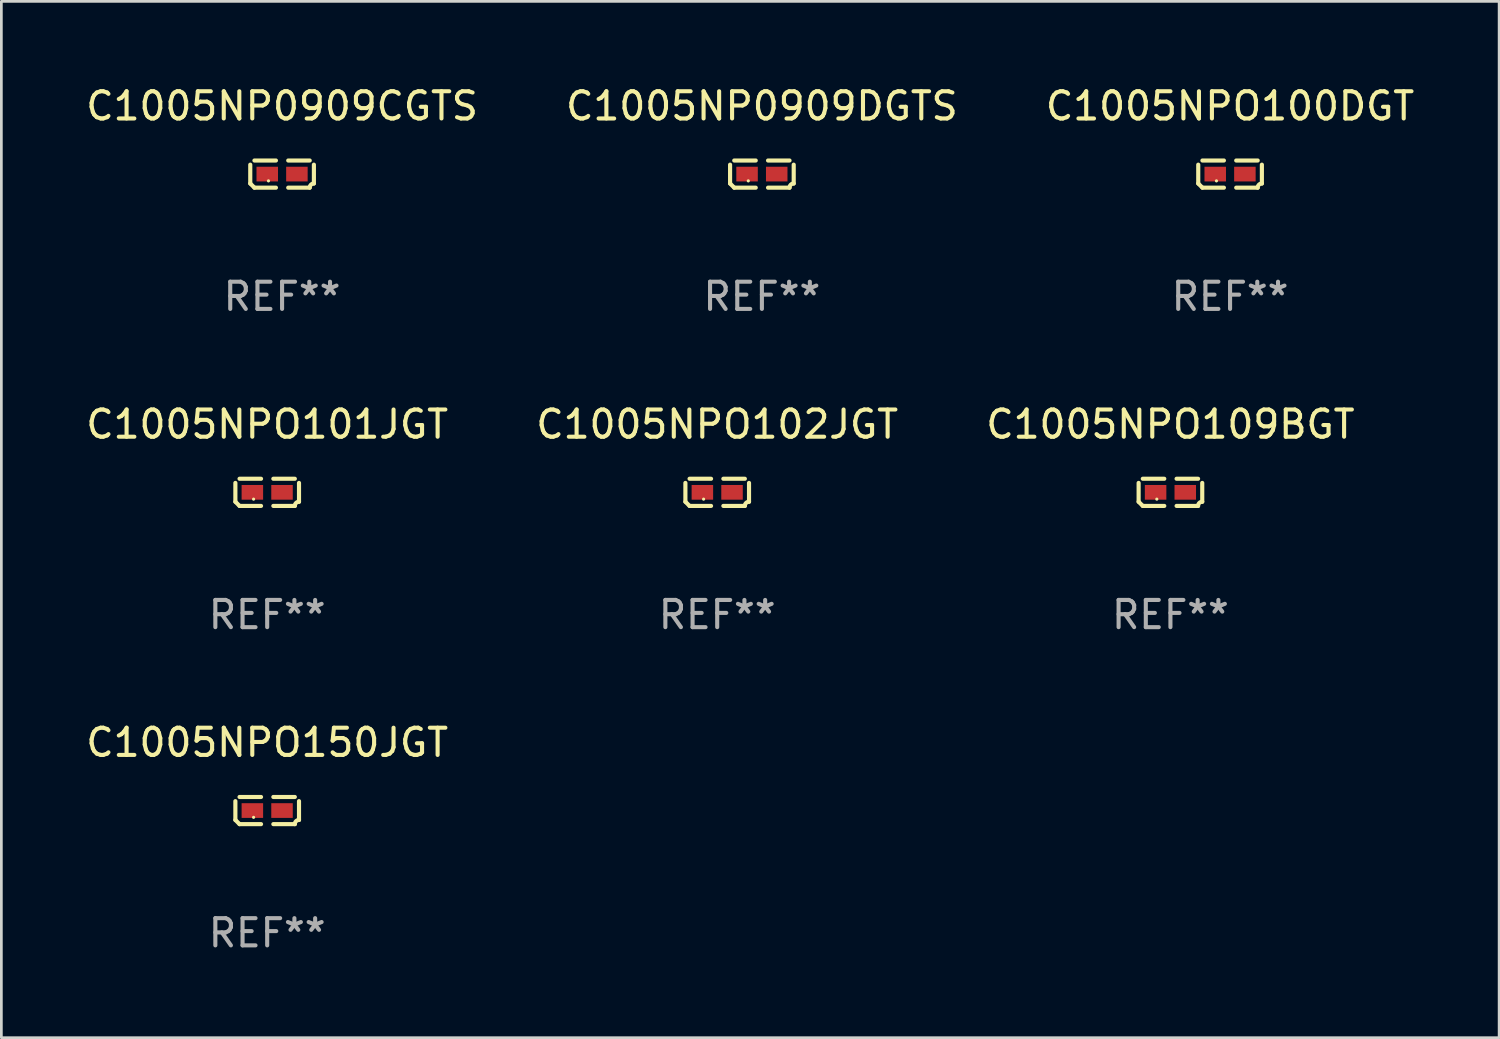
<source format=kicad_pcb>
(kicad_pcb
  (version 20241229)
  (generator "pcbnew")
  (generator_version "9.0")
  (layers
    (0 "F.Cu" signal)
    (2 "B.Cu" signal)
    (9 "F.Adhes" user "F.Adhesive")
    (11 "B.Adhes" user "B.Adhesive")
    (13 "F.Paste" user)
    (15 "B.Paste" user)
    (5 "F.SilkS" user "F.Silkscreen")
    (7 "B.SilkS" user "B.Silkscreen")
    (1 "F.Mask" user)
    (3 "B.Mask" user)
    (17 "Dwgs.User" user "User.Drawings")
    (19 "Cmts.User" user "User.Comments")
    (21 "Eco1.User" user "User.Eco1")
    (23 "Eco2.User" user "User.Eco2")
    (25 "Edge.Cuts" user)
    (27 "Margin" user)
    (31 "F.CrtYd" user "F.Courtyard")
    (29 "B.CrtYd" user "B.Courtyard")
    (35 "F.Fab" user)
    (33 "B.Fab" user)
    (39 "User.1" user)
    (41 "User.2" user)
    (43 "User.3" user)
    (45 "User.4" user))
  (footprint "C1005NPO100DGT"
    (layer "F.Cu")
    (at 42.149 3.347)
    (property "Reference" "C1005NPO100DGT" (at 0 -2.499 0) (layer "F.SilkS") (effects (font (size 1 1) (thickness 0.15))))
    (attr through_hole)
    (fp_line (start -1.169 0.346) (end -1.169 -0.346) (stroke (width 0.152) (type solid)) (layer "F.SilkS"))
    (fp_line (start -1.016 -0.499) (end -0.226 -0.499) (stroke (width 0.152) (type solid)) (layer "F.SilkS"))
    (fp_line (start -0.226 0.499) (end -1.016 0.499) (stroke (width 0.152) (type solid)) (layer "F.SilkS"))
    (fp_line (start 0.226 0.499) (end 1.016 0.499) (stroke (width 0.152) (type solid)) (layer "F.SilkS"))
    (fp_line (start 1.016 -0.499) (end 0.226 -0.499) (stroke (width 0.152) (type solid)) (layer "F.SilkS"))
    (fp_line (start 1.169 0.346) (end 1.169 -0.346) (stroke (width 0.152) (type solid)) (layer "F.SilkS"))
    (fp_arc (start -1.016307 0.498603) (mid -1.092512 0.422405) (end -1.16871 0.3462) (stroke (width 0.1524) (type solid)) (layer "F.SilkS"))
    (fp_arc (start 1.016307 0.498603) (mid 1.060899 0.390758) (end 1.168707 0.346076) (stroke (width 0.1524) (type solid)) (layer "F.SilkS"))
    (fp_circle (center -0.5 0.25) (end -0.47 0.25) (stroke (width 0.06) (type solid)) (fill no) (layer "F.SilkS"))
    (fp_text user "REF**" (at 0 4.499 0) (layer "F.Fab") (effects (font (size 1 1) (thickness 0.15))))
    (pad "1" smd rect (at -0.545 0) (size 0.79 0.54) (layers "F.Cu" "F.Mask" "F.Paste"))
    (pad "2" smd rect (at 0.545 0) (size 0.79 0.54) (layers "F.Cu" "F.Mask" "F.Paste")))
  (footprint "C1005NPO109BGT"
    (layer "F.Cu")
    (at 39.958 15.041)
    (property "Reference" "C1005NPO109BGT" (at 0 -2.499 0) (layer "F.SilkS") (effects (font (size 1 1) (thickness 0.15))))
    (attr through_hole)
    (fp_line (start -1.169 0.346) (end -1.169 -0.346) (stroke (width 0.152) (type solid)) (layer "F.SilkS"))
    (fp_line (start -1.016 -0.499) (end -0.226 -0.499) (stroke (width 0.152) (type solid)) (layer "F.SilkS"))
    (fp_line (start -0.226 0.499) (end -1.016 0.499) (stroke (width 0.152) (type solid)) (layer "F.SilkS"))
    (fp_line (start 0.226 0.499) (end 1.016 0.499) (stroke (width 0.152) (type solid)) (layer "F.SilkS"))
    (fp_line (start 1.016 -0.499) (end 0.226 -0.499) (stroke (width 0.152) (type solid)) (layer "F.SilkS"))
    (fp_line (start 1.169 0.346) (end 1.169 -0.346) (stroke (width 0.152) (type solid)) (layer "F.SilkS"))
    (fp_arc (start -1.016307 0.498603) (mid -1.092512 0.422405) (end -1.16871 0.3462) (stroke (width 0.1524) (type solid)) (layer "F.SilkS"))
    (fp_arc (start 1.016307 0.498603) (mid 1.060899 0.390758) (end 1.168707 0.346076) (stroke (width 0.1524) (type solid)) (layer "F.SilkS"))
    (fp_circle (center -0.5 0.25) (end -0.47 0.25) (stroke (width 0.06) (type solid)) (fill no) (layer "F.SilkS"))
    (fp_text user "REF**" (at 0 4.499 0) (layer "F.Fab") (effects (font (size 1 1) (thickness 0.15))))
    (pad "1" smd rect (at -0.545 0) (size 0.79 0.54) (layers "F.Cu" "F.Mask" "F.Paste"))
    (pad "2" smd rect (at 0.545 0) (size 0.79 0.54) (layers "F.Cu" "F.Mask" "F.Paste")))
  (footprint "C1005NPO102JGT"
    (layer "F.Cu")
    (at 23.304 15.041)
    (property "Reference" "C1005NPO102JGT" (at 0 -2.499 0) (layer "F.SilkS") (effects (font (size 1 1) (thickness 0.15))))
    (attr through_hole)
    (fp_line (start -1.169 0.346) (end -1.169 -0.346) (stroke (width 0.152) (type solid)) (layer "F.SilkS"))
    (fp_line (start -1.016 -0.499) (end -0.226 -0.499) (stroke (width 0.152) (type solid)) (layer "F.SilkS"))
    (fp_line (start -0.226 0.499) (end -1.016 0.499) (stroke (width 0.152) (type solid)) (layer "F.SilkS"))
    (fp_line (start 0.226 0.499) (end 1.016 0.499) (stroke (width 0.152) (type solid)) (layer "F.SilkS"))
    (fp_line (start 1.016 -0.499) (end 0.226 -0.499) (stroke (width 0.152) (type solid)) (layer "F.SilkS"))
    (fp_line (start 1.169 0.346) (end 1.169 -0.346) (stroke (width 0.152) (type solid)) (layer "F.SilkS"))
    (fp_arc (start -1.016307 0.498603) (mid -1.092512 0.422405) (end -1.16871 0.3462) (stroke (width 0.1524) (type solid)) (layer "F.SilkS"))
    (fp_arc (start 1.016307 0.498603) (mid 1.060899 0.390758) (end 1.168707 0.346076) (stroke (width 0.1524) (type solid)) (layer "F.SilkS"))
    (fp_circle (center -0.5 0.25) (end -0.47 0.25) (stroke (width 0.06) (type solid)) (fill no) (layer "F.SilkS"))
    (fp_text user "REF**" (at 0 4.499 0) (layer "F.Fab") (effects (font (size 1 1) (thickness 0.15))))
    (pad "1" smd rect (at -0.545 0) (size 0.79 0.54) (layers "F.Cu" "F.Mask" "F.Paste"))
    (pad "2" smd rect (at 0.545 0) (size 0.79 0.54) (layers "F.Cu" "F.Mask" "F.Paste")))
  (footprint "C1005NPO150JGT"
    (layer "F.Cu")
    (at 6.768 26.734)
    (property "Reference" "C1005NPO150JGT" (at 0 -2.499 0) (layer "F.SilkS") (effects (font (size 1 1) (thickness 0.15))))
    (attr through_hole)
    (fp_line (start -1.169 0.346) (end -1.169 -0.346) (stroke (width 0.152) (type solid)) (layer "F.SilkS"))
    (fp_line (start -1.016 -0.499) (end -0.226 -0.499) (stroke (width 0.152) (type solid)) (layer "F.SilkS"))
    (fp_line (start -0.226 0.499) (end -1.016 0.499) (stroke (width 0.152) (type solid)) (layer "F.SilkS"))
    (fp_line (start 0.226 0.499) (end 1.016 0.499) (stroke (width 0.152) (type solid)) (layer "F.SilkS"))
    (fp_line (start 1.016 -0.499) (end 0.226 -0.499) (stroke (width 0.152) (type solid)) (layer "F.SilkS"))
    (fp_line (start 1.169 0.346) (end 1.169 -0.346) (stroke (width 0.152) (type solid)) (layer "F.SilkS"))
    (fp_arc (start -1.016307 0.498603) (mid -1.092512 0.422405) (end -1.16871 0.3462) (stroke (width 0.1524) (type solid)) (layer "F.SilkS"))
    (fp_arc (start 1.016307 0.498603) (mid 1.060899 0.390758) (end 1.168707 0.346076) (stroke (width 0.1524) (type solid)) (layer "F.SilkS"))
    (fp_circle (center -0.5 0.25) (end -0.47 0.25) (stroke (width 0.06) (type solid)) (fill no) (layer "F.SilkS"))
    (fp_text user "REF**" (at 0 4.499 0) (layer "F.Fab") (effects (font (size 1 1) (thickness 0.15))))
    (pad "1" smd rect (at -0.545 0) (size 0.79 0.54) (layers "F.Cu" "F.Mask" "F.Paste"))
    (pad "2" smd rect (at 0.545 0) (size 0.79 0.54) (layers "F.Cu" "F.Mask" "F.Paste")))
  (footprint "C1005NPO101JGT"
    (layer "F.Cu")
    (at 6.768 15.041)
    (property "Reference" "C1005NPO101JGT" (at 0 -2.499 0) (layer "F.SilkS") (effects (font (size 1 1) (thickness 0.15))))
    (attr through_hole)
    (fp_line (start -1.169 0.346) (end -1.169 -0.346) (stroke (width 0.152) (type solid)) (layer "F.SilkS"))
    (fp_line (start -1.016 -0.499) (end -0.226 -0.499) (stroke (width 0.152) (type solid)) (layer "F.SilkS"))
    (fp_line (start -0.226 0.499) (end -1.016 0.499) (stroke (width 0.152) (type solid)) (layer "F.SilkS"))
    (fp_line (start 0.226 0.499) (end 1.016 0.499) (stroke (width 0.152) (type solid)) (layer "F.SilkS"))
    (fp_line (start 1.016 -0.499) (end 0.226 -0.499) (stroke (width 0.152) (type solid)) (layer "F.SilkS"))
    (fp_line (start 1.169 0.346) (end 1.169 -0.346) (stroke (width 0.152) (type solid)) (layer "F.SilkS"))
    (fp_arc (start -1.016307 0.498603) (mid -1.092512 0.422405) (end -1.16871 0.3462) (stroke (width 0.1524) (type solid)) (layer "F.SilkS"))
    (fp_arc (start 1.016307 0.498603) (mid 1.060899 0.390758) (end 1.168707 0.346076) (stroke (width 0.1524) (type solid)) (layer "F.SilkS"))
    (fp_circle (center -0.5 0.25) (end -0.47 0.25) (stroke (width 0.06) (type solid)) (fill no) (layer "F.SilkS"))
    (fp_text user "REF**" (at 0 4.499 0) (layer "F.Fab") (effects (font (size 1 1) (thickness 0.15))))
    (pad "1" smd rect (at -0.545 0) (size 0.79 0.54) (layers "F.Cu" "F.Mask" "F.Paste"))
    (pad "2" smd rect (at 0.545 0) (size 0.79 0.54) (layers "F.Cu" "F.Mask" "F.Paste")))
  (footprint "C1005NP0909CGTS"
    (layer "F.Cu")
    (at 7.315 3.347)
    (property "Reference" "C1005NP0909CGTS" (at 0 -2.499 0) (layer "F.SilkS") (effects (font (size 1 1) (thickness 0.15))))
    (attr through_hole)
    (fp_line (start -1.169 0.346) (end -1.169 -0.346) (stroke (width 0.152) (type solid)) (layer "F.SilkS"))
    (fp_line (start -1.016 -0.499) (end -0.226 -0.499) (stroke (width 0.152) (type solid)) (layer "F.SilkS"))
    (fp_line (start -0.226 0.499) (end -1.016 0.499) (stroke (width 0.152) (type solid)) (layer "F.SilkS"))
    (fp_line (start 0.226 0.499) (end 1.016 0.499) (stroke (width 0.152) (type solid)) (layer "F.SilkS"))
    (fp_line (start 1.016 -0.499) (end 0.226 -0.499) (stroke (width 0.152) (type solid)) (layer "F.SilkS"))
    (fp_line (start 1.169 0.346) (end 1.169 -0.346) (stroke (width 0.152) (type solid)) (layer "F.SilkS"))
    (fp_arc (start -1.016307 0.498603) (mid -1.092512 0.422405) (end -1.16871 0.3462) (stroke (width 0.1524) (type solid)) (layer "F.SilkS"))
    (fp_arc (start 1.016307 0.498603) (mid 1.060899 0.390758) (end 1.168707 0.346076) (stroke (width 0.1524) (type solid)) (layer "F.SilkS"))
    (fp_circle (center -0.5 0.25) (end -0.47 0.25) (stroke (width 0.06) (type solid)) (fill no) (layer "F.SilkS"))
    (fp_text user "REF**" (at 0 4.499 0) (layer "F.Fab") (effects (font (size 1 1) (thickness 0.15))))
    (pad "1" smd rect (at -0.545 0) (size 0.79 0.54) (layers "F.Cu" "F.Mask" "F.Paste"))
    (pad "2" smd rect (at 0.545 0) (size 0.79 0.54) (layers "F.Cu" "F.Mask" "F.Paste")))
  (footprint "C1005NP0909DGTS"
    (layer "F.Cu")
    (at 24.946 3.347)
    (property "Reference" "C1005NP0909DGTS" (at 0 -2.499 0) (layer "F.SilkS") (effects (font (size 1 1) (thickness 0.15))))
    (attr through_hole)
    (fp_line (start -1.169 0.346) (end -1.169 -0.346) (stroke (width 0.152) (type solid)) (layer "F.SilkS"))
    (fp_line (start -1.016 -0.499) (end -0.226 -0.499) (stroke (width 0.152) (type solid)) (layer "F.SilkS"))
    (fp_line (start -0.226 0.499) (end -1.016 0.499) (stroke (width 0.152) (type solid)) (layer "F.SilkS"))
    (fp_line (start 0.226 0.499) (end 1.016 0.499) (stroke (width 0.152) (type solid)) (layer "F.SilkS"))
    (fp_line (start 1.016 -0.499) (end 0.226 -0.499) (stroke (width 0.152) (type solid)) (layer "F.SilkS"))
    (fp_line (start 1.169 0.346) (end 1.169 -0.346) (stroke (width 0.152) (type solid)) (layer "F.SilkS"))
    (fp_arc (start -1.016307 0.498603) (mid -1.092512 0.422405) (end -1.16871 0.3462) (stroke (width 0.1524) (type solid)) (layer "F.SilkS"))
    (fp_arc (start 1.016307 0.498603) (mid 1.060899 0.390758) (end 1.168707 0.346076) (stroke (width 0.1524) (type solid)) (layer "F.SilkS"))
    (fp_circle (center -0.5 0.25) (end -0.47 0.25) (stroke (width 0.06) (type solid)) (fill no) (layer "F.SilkS"))
    (fp_text user "REF**" (at 0 4.499 0) (layer "F.Fab") (effects (font (size 1 1) (thickness 0.15))))
    (pad "1" smd rect (at -0.545 0) (size 0.79 0.54) (layers "F.Cu" "F.Mask" "F.Paste"))
    (pad "2" smd rect (at 0.545 0) (size 0.79 0.54) (layers "F.Cu" "F.Mask" "F.Paste")))
  (gr_rect
    (start -3 -3)
    (end 52.036 35.081)
    (stroke (width 0.1) (type default))
    (fill no)
    (layer "Edge.Cuts")))
</source>
